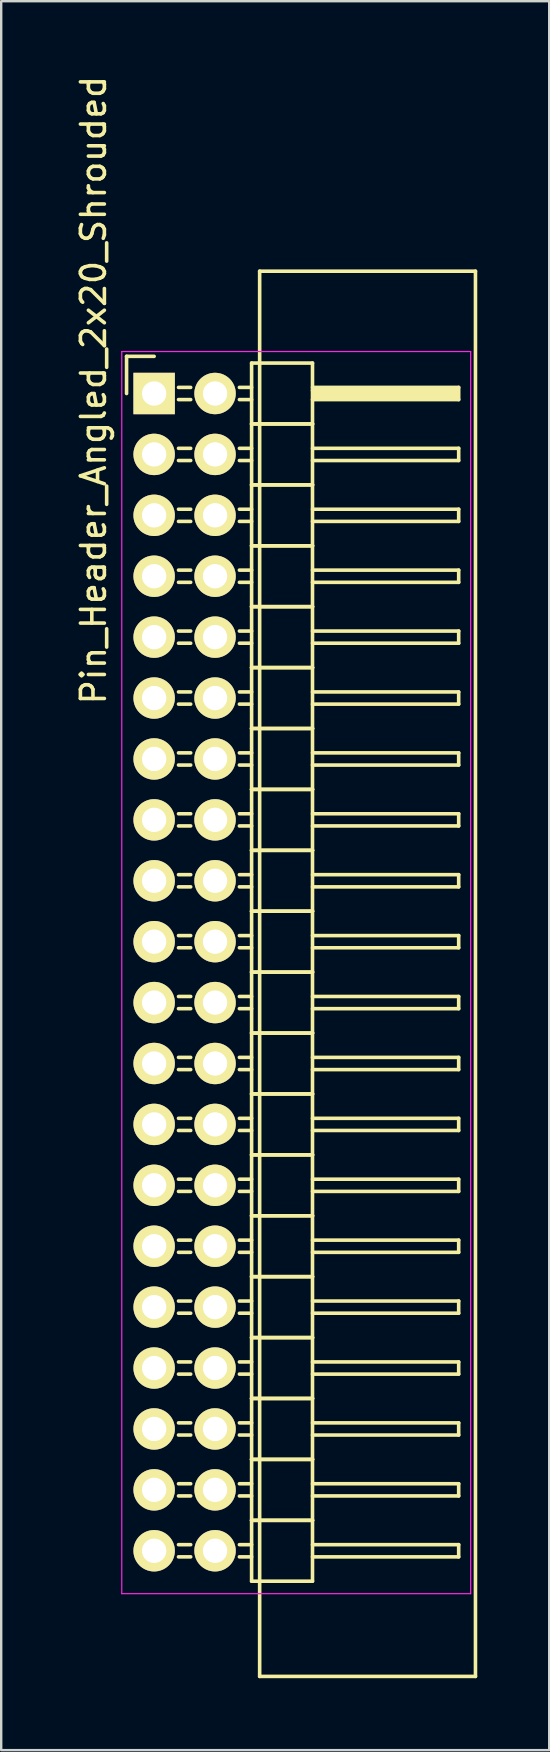
<source format=kicad_pcb>
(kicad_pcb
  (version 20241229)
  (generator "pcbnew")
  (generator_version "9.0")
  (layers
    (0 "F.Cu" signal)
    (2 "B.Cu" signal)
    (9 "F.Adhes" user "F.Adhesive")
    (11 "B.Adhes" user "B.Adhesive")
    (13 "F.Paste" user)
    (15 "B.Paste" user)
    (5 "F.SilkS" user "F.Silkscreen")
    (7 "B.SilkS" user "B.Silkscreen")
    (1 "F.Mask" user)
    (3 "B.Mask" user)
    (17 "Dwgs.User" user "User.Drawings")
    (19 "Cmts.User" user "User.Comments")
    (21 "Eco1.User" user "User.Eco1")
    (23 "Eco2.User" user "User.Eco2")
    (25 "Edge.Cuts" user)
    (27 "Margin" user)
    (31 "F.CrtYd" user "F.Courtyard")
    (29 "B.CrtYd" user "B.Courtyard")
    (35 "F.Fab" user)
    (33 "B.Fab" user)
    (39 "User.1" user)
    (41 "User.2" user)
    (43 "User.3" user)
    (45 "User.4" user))
  (footprint "Pin_Header_Angled_2x20_Shrouded"
    (layer "F.Cu")
    (at 3.378 13.36)
    (property "Reference" "Pin_Header_Angled_2x20_Shrouded" (at -2.53 -0.14 90) (layer "F.SilkS") (effects (font (size 1 1) (thickness 0.15))))
    (attr through_hole)
    (fp_line (start -1.15 -1.55) (end -1.15 0) (stroke (width 0.15) (type solid)) (layer "F.SilkS"))
    (fp_line (start 0 -1.55) (end -1.15 -1.55) (stroke (width 0.15) (type solid)) (layer "F.SilkS"))
    (fp_line (start 1.524 -0.254) (end 1.016 -0.254) (stroke (width 0.15) (type solid)) (layer "F.SilkS"))
    (fp_line (start 1.524 0.254) (end 1.016 0.254) (stroke (width 0.15) (type solid)) (layer "F.SilkS"))
    (fp_line (start 1.524 2.286) (end 1.016 2.286) (stroke (width 0.15) (type solid)) (layer "F.SilkS"))
    (fp_line (start 1.524 2.794) (end 1.016 2.794) (stroke (width 0.15) (type solid)) (layer "F.SilkS"))
    (fp_line (start 1.524 4.826) (end 1.016 4.826) (stroke (width 0.15) (type solid)) (layer "F.SilkS"))
    (fp_line (start 1.524 5.334) (end 1.016 5.334) (stroke (width 0.15) (type solid)) (layer "F.SilkS"))
    (fp_line (start 1.524 7.366) (end 1.016 7.366) (stroke (width 0.15) (type solid)) (layer "F.SilkS"))
    (fp_line (start 1.524 7.874) (end 1.016 7.874) (stroke (width 0.15) (type solid)) (layer "F.SilkS"))
    (fp_line (start 1.524 9.906) (end 1.016 9.906) (stroke (width 0.15) (type solid)) (layer "F.SilkS"))
    (fp_line (start 1.524 10.414) (end 1.016 10.414) (stroke (width 0.15) (type solid)) (layer "F.SilkS"))
    (fp_line (start 1.524 12.446) (end 1.016 12.446) (stroke (width 0.15) (type solid)) (layer "F.SilkS"))
    (fp_line (start 1.524 12.954) (end 1.016 12.954) (stroke (width 0.15) (type solid)) (layer "F.SilkS"))
    (fp_line (start 1.524 14.986) (end 1.016 14.986) (stroke (width 0.15) (type solid)) (layer "F.SilkS"))
    (fp_line (start 1.524 15.494) (end 1.016 15.494) (stroke (width 0.15) (type solid)) (layer "F.SilkS"))
    (fp_line (start 1.524 17.526) (end 1.016 17.526) (stroke (width 0.15) (type solid)) (layer "F.SilkS"))
    (fp_line (start 1.524 18.034) (end 1.016 18.034) (stroke (width 0.15) (type solid)) (layer "F.SilkS"))
    (fp_line (start 1.524 20.066) (end 1.016 20.066) (stroke (width 0.15) (type solid)) (layer "F.SilkS"))
    (fp_line (start 1.524 20.574) (end 1.016 20.574) (stroke (width 0.15) (type solid)) (layer "F.SilkS"))
    (fp_line (start 1.524 22.606) (end 1.016 22.606) (stroke (width 0.15) (type solid)) (layer "F.SilkS"))
    (fp_line (start 1.524 23.114) (end 1.016 23.114) (stroke (width 0.15) (type solid)) (layer "F.SilkS"))
    (fp_line (start 1.524 25.146) (end 1.016 25.146) (stroke (width 0.15) (type solid)) (layer "F.SilkS"))
    (fp_line (start 1.524 25.654) (end 1.016 25.654) (stroke (width 0.15) (type solid)) (layer "F.SilkS"))
    (fp_line (start 1.524 27.686) (end 1.016 27.686) (stroke (width 0.15) (type solid)) (layer "F.SilkS"))
    (fp_line (start 1.524 28.194) (end 1.016 28.194) (stroke (width 0.15) (type solid)) (layer "F.SilkS"))
    (fp_line (start 1.524 30.226) (end 1.016 30.226) (stroke (width 0.15) (type solid)) (layer "F.SilkS"))
    (fp_line (start 1.524 30.734) (end 1.016 30.734) (stroke (width 0.15) (type solid)) (layer "F.SilkS"))
    (fp_line (start 1.524 32.766) (end 1.016 32.766) (stroke (width 0.15) (type solid)) (layer "F.SilkS"))
    (fp_line (start 1.524 33.274) (end 1.016 33.274) (stroke (width 0.15) (type solid)) (layer "F.SilkS"))
    (fp_line (start 1.524 35.306) (end 1.016 35.306) (stroke (width 0.15) (type solid)) (layer "F.SilkS"))
    (fp_line (start 1.524 35.814) (end 1.016 35.814) (stroke (width 0.15) (type solid)) (layer "F.SilkS"))
    (fp_line (start 1.524 37.846) (end 1.016 37.846) (stroke (width 0.15) (type solid)) (layer "F.SilkS"))
    (fp_line (start 1.524 38.354) (end 1.016 38.354) (stroke (width 0.15) (type solid)) (layer "F.SilkS"))
    (fp_line (start 1.524 40.386) (end 1.016 40.386) (stroke (width 0.15) (type solid)) (layer "F.SilkS"))
    (fp_line (start 1.524 40.894) (end 1.016 40.894) (stroke (width 0.15) (type solid)) (layer "F.SilkS"))
    (fp_line (start 1.524 42.926) (end 1.016 42.926) (stroke (width 0.15) (type solid)) (layer "F.SilkS"))
    (fp_line (start 1.524 43.434) (end 1.016 43.434) (stroke (width 0.15) (type solid)) (layer "F.SilkS"))
    (fp_line (start 1.524 45.466) (end 1.016 45.466) (stroke (width 0.15) (type solid)) (layer "F.SilkS"))
    (fp_line (start 1.524 45.974) (end 1.016 45.974) (stroke (width 0.15) (type solid)) (layer "F.SilkS"))
    (fp_line (start 1.524 48.006) (end 1.016 48.006) (stroke (width 0.15) (type solid)) (layer "F.SilkS"))
    (fp_line (start 1.524 48.514) (end 1.016 48.514) (stroke (width 0.15) (type solid)) (layer "F.SilkS"))
    (fp_line (start 4.064 -1.27) (end 4.064 1.27) (stroke (width 0.15) (type solid)) (layer "F.SilkS"))
    (fp_line (start 4.064 -1.27) (end 6.604 -1.27) (stroke (width 0.15) (type solid)) (layer "F.SilkS"))
    (fp_line (start 4.064 -0.254) (end 3.556 -0.254) (stroke (width 0.15) (type solid)) (layer "F.SilkS"))
    (fp_line (start 4.064 0.254) (end 3.556 0.254) (stroke (width 0.15) (type solid)) (layer "F.SilkS"))
    (fp_line (start 4.064 1.27) (end 4.064 3.81) (stroke (width 0.15) (type solid)) (layer "F.SilkS"))
    (fp_line (start 4.064 1.27) (end 6.604 1.27) (stroke (width 0.15) (type solid)) (layer "F.SilkS"))
    (fp_line (start 4.064 1.27) (end 6.604 1.27) (stroke (width 0.15) (type solid)) (layer "F.SilkS"))
    (fp_line (start 4.064 2.286) (end 3.556 2.286) (stroke (width 0.15) (type solid)) (layer "F.SilkS"))
    (fp_line (start 4.064 2.794) (end 3.556 2.794) (stroke (width 0.15) (type solid)) (layer "F.SilkS"))
    (fp_line (start 4.064 3.81) (end 4.064 6.35) (stroke (width 0.15) (type solid)) (layer "F.SilkS"))
    (fp_line (start 4.064 3.81) (end 6.604 3.81) (stroke (width 0.15) (type solid)) (layer "F.SilkS"))
    (fp_line (start 4.064 3.81) (end 6.604 3.81) (stroke (width 0.15) (type solid)) (layer "F.SilkS"))
    (fp_line (start 4.064 4.826) (end 3.556 4.826) (stroke (width 0.15) (type solid)) (layer "F.SilkS"))
    (fp_line (start 4.064 5.334) (end 3.556 5.334) (stroke (width 0.15) (type solid)) (layer "F.SilkS"))
    (fp_line (start 4.064 6.35) (end 4.064 8.89) (stroke (width 0.15) (type solid)) (layer "F.SilkS"))
    (fp_line (start 4.064 6.35) (end 6.604 6.35) (stroke (width 0.15) (type solid)) (layer "F.SilkS"))
    (fp_line (start 4.064 6.35) (end 6.604 6.35) (stroke (width 0.15) (type solid)) (layer "F.SilkS"))
    (fp_line (start 4.064 7.366) (end 3.556 7.366) (stroke (width 0.15) (type solid)) (layer "F.SilkS"))
    (fp_line (start 4.064 7.874) (end 3.556 7.874) (stroke (width 0.15) (type solid)) (layer "F.SilkS"))
    (fp_line (start 4.064 8.89) (end 4.064 11.43) (stroke (width 0.15) (type solid)) (layer "F.SilkS"))
    (fp_line (start 4.064 8.89) (end 6.604 8.89) (stroke (width 0.15) (type solid)) (layer "F.SilkS"))
    (fp_line (start 4.064 8.89) (end 6.604 8.89) (stroke (width 0.15) (type solid)) (layer "F.SilkS"))
    (fp_line (start 4.064 9.906) (end 3.556 9.906) (stroke (width 0.15) (type solid)) (layer "F.SilkS"))
    (fp_line (start 4.064 10.414) (end 3.556 10.414) (stroke (width 0.15) (type solid)) (layer "F.SilkS"))
    (fp_line (start 4.064 11.43) (end 4.064 13.97) (stroke (width 0.15) (type solid)) (layer "F.SilkS"))
    (fp_line (start 4.064 11.43) (end 6.604 11.43) (stroke (width 0.15) (type solid)) (layer "F.SilkS"))
    (fp_line (start 4.064 11.43) (end 6.604 11.43) (stroke (width 0.15) (type solid)) (layer "F.SilkS"))
    (fp_line (start 4.064 12.446) (end 3.556 12.446) (stroke (width 0.15) (type solid)) (layer "F.SilkS"))
    (fp_line (start 4.064 12.954) (end 3.556 12.954) (stroke (width 0.15) (type solid)) (layer "F.SilkS"))
    (fp_line (start 4.064 13.97) (end 4.064 16.51) (stroke (width 0.15) (type solid)) (layer "F.SilkS"))
    (fp_line (start 4.064 13.97) (end 6.604 13.97) (stroke (width 0.15) (type solid)) (layer "F.SilkS"))
    (fp_line (start 4.064 13.97) (end 6.604 13.97) (stroke (width 0.15) (type solid)) (layer "F.SilkS"))
    (fp_line (start 4.064 14.986) (end 3.556 14.986) (stroke (width 0.15) (type solid)) (layer "F.SilkS"))
    (fp_line (start 4.064 15.494) (end 3.556 15.494) (stroke (width 0.15) (type solid)) (layer "F.SilkS"))
    (fp_line (start 4.064 16.51) (end 4.064 19.05) (stroke (width 0.15) (type solid)) (layer "F.SilkS"))
    (fp_line (start 4.064 16.51) (end 6.604 16.51) (stroke (width 0.15) (type solid)) (layer "F.SilkS"))
    (fp_line (start 4.064 16.51) (end 6.604 16.51) (stroke (width 0.15) (type solid)) (layer "F.SilkS"))
    (fp_line (start 4.064 17.526) (end 3.556 17.526) (stroke (width 0.15) (type solid)) (layer "F.SilkS"))
    (fp_line (start 4.064 18.034) (end 3.556 18.034) (stroke (width 0.15) (type solid)) (layer "F.SilkS"))
    (fp_line (start 4.064 19.05) (end 4.064 21.59) (stroke (width 0.15) (type solid)) (layer "F.SilkS"))
    (fp_line (start 4.064 19.05) (end 6.604 19.05) (stroke (width 0.15) (type solid)) (layer "F.SilkS"))
    (fp_line (start 4.064 19.05) (end 6.604 19.05) (stroke (width 0.15) (type solid)) (layer "F.SilkS"))
    (fp_line (start 4.064 20.066) (end 3.556 20.066) (stroke (width 0.15) (type solid)) (layer "F.SilkS"))
    (fp_line (start 4.064 20.574) (end 3.556 20.574) (stroke (width 0.15) (type solid)) (layer "F.SilkS"))
    (fp_line (start 4.064 21.59) (end 4.064 24.13) (stroke (width 0.15) (type solid)) (layer "F.SilkS"))
    (fp_line (start 4.064 21.59) (end 6.604 21.59) (stroke (width 0.15) (type solid)) (layer "F.SilkS"))
    (fp_line (start 4.064 21.59) (end 6.604 21.59) (stroke (width 0.15) (type solid)) (layer "F.SilkS"))
    (fp_line (start 4.064 22.606) (end 3.556 22.606) (stroke (width 0.15) (type solid)) (layer "F.SilkS"))
    (fp_line (start 4.064 23.114) (end 3.556 23.114) (stroke (width 0.15) (type solid)) (layer "F.SilkS"))
    (fp_line (start 4.064 24.13) (end 4.064 26.67) (stroke (width 0.15) (type solid)) (layer "F.SilkS"))
    (fp_line (start 4.064 24.13) (end 6.604 24.13) (stroke (width 0.15) (type solid)) (layer "F.SilkS"))
    (fp_line (start 4.064 24.13) (end 6.604 24.13) (stroke (width 0.15) (type solid)) (layer "F.SilkS"))
    (fp_line (start 4.064 25.146) (end 3.556 25.146) (stroke (width 0.15) (type solid)) (layer "F.SilkS"))
    (fp_line (start 4.064 25.654) (end 3.556 25.654) (stroke (width 0.15) (type solid)) (layer "F.SilkS"))
    (fp_line (start 4.064 26.67) (end 4.064 29.21) (stroke (width 0.15) (type solid)) (layer "F.SilkS"))
    (fp_line (start 4.064 26.67) (end 6.604 26.67) (stroke (width 0.15) (type solid)) (layer "F.SilkS"))
    (fp_line (start 4.064 26.67) (end 6.604 26.67) (stroke (width 0.15) (type solid)) (layer "F.SilkS"))
    (fp_line (start 4.064 27.686) (end 3.556 27.686) (stroke (width 0.15) (type solid)) (layer "F.SilkS"))
    (fp_line (start 4.064 28.194) (end 3.556 28.194) (stroke (width 0.15) (type solid)) (layer "F.SilkS"))
    (fp_line (start 4.064 29.21) (end 4.064 31.75) (stroke (width 0.15) (type solid)) (layer "F.SilkS"))
    (fp_line (start 4.064 29.21) (end 6.604 29.21) (stroke (width 0.15) (type solid)) (layer "F.SilkS"))
    (fp_line (start 4.064 29.21) (end 6.604 29.21) (stroke (width 0.15) (type solid)) (layer "F.SilkS"))
    (fp_line (start 4.064 30.226) (end 3.556 30.226) (stroke (width 0.15) (type solid)) (layer "F.SilkS"))
    (fp_line (start 4.064 30.734) (end 3.556 30.734) (stroke (width 0.15) (type solid)) (layer "F.SilkS"))
    (fp_line (start 4.064 31.75) (end 4.064 34.29) (stroke (width 0.15) (type solid)) (layer "F.SilkS"))
    (fp_line (start 4.064 31.75) (end 6.604 31.75) (stroke (width 0.15) (type solid)) (layer "F.SilkS"))
    (fp_line (start 4.064 31.75) (end 6.604 31.75) (stroke (width 0.15) (type solid)) (layer "F.SilkS"))
    (fp_line (start 4.064 32.766) (end 3.556 32.766) (stroke (width 0.15) (type solid)) (layer "F.SilkS"))
    (fp_line (start 4.064 33.274) (end 3.556 33.274) (stroke (width 0.15) (type solid)) (layer "F.SilkS"))
    (fp_line (start 4.064 34.29) (end 4.064 36.83) (stroke (width 0.15) (type solid)) (layer "F.SilkS"))
    (fp_line (start 4.064 34.29) (end 6.604 34.29) (stroke (width 0.15) (type solid)) (layer "F.SilkS"))
    (fp_line (start 4.064 34.29) (end 6.604 34.29) (stroke (width 0.15) (type solid)) (layer "F.SilkS"))
    (fp_line (start 4.064 35.306) (end 3.556 35.306) (stroke (width 0.15) (type solid)) (layer "F.SilkS"))
    (fp_line (start 4.064 35.814) (end 3.556 35.814) (stroke (width 0.15) (type solid)) (layer "F.SilkS"))
    (fp_line (start 4.064 36.83) (end 4.064 39.37) (stroke (width 0.15) (type solid)) (layer "F.SilkS"))
    (fp_line (start 4.064 36.83) (end 6.604 36.83) (stroke (width 0.15) (type solid)) (layer "F.SilkS"))
    (fp_line (start 4.064 36.83) (end 6.604 36.83) (stroke (width 0.15) (type solid)) (layer "F.SilkS"))
    (fp_line (start 4.064 37.846) (end 3.556 37.846) (stroke (width 0.15) (type solid)) (layer "F.SilkS"))
    (fp_line (start 4.064 38.354) (end 3.556 38.354) (stroke (width 0.15) (type solid)) (layer "F.SilkS"))
    (fp_line (start 4.064 39.37) (end 4.064 41.91) (stroke (width 0.15) (type solid)) (layer "F.SilkS"))
    (fp_line (start 4.064 39.37) (end 6.604 39.37) (stroke (width 0.15) (type solid)) (layer "F.SilkS"))
    (fp_line (start 4.064 39.37) (end 6.604 39.37) (stroke (width 0.15) (type solid)) (layer "F.SilkS"))
    (fp_line (start 4.064 40.386) (end 3.556 40.386) (stroke (width 0.15) (type solid)) (layer "F.SilkS"))
    (fp_line (start 4.064 40.894) (end 3.556 40.894) (stroke (width 0.15) (type solid)) (layer "F.SilkS"))
    (fp_line (start 4.064 41.91) (end 4.064 44.45) (stroke (width 0.15) (type solid)) (layer "F.SilkS"))
    (fp_line (start 4.064 41.91) (end 6.604 41.91) (stroke (width 0.15) (type solid)) (layer "F.SilkS"))
    (fp_line (start 4.064 41.91) (end 6.604 41.91) (stroke (width 0.15) (type solid)) (layer "F.SilkS"))
    (fp_line (start 4.064 42.926) (end 3.556 42.926) (stroke (width 0.15) (type solid)) (layer "F.SilkS"))
    (fp_line (start 4.064 43.434) (end 3.556 43.434) (stroke (width 0.15) (type solid)) (layer "F.SilkS"))
    (fp_line (start 4.064 44.45) (end 4.064 46.99) (stroke (width 0.15) (type solid)) (layer "F.SilkS"))
    (fp_line (start 4.064 44.45) (end 6.604 44.45) (stroke (width 0.15) (type solid)) (layer "F.SilkS"))
    (fp_line (start 4.064 44.45) (end 6.604 44.45) (stroke (width 0.15) (type solid)) (layer "F.SilkS"))
    (fp_line (start 4.064 45.466) (end 3.556 45.466) (stroke (width 0.15) (type solid)) (layer "F.SilkS"))
    (fp_line (start 4.064 45.974) (end 3.556 45.974) (stroke (width 0.15) (type solid)) (layer "F.SilkS"))
    (fp_line (start 4.064 46.99) (end 4.064 49.53) (stroke (width 0.15) (type solid)) (layer "F.SilkS"))
    (fp_line (start 4.064 46.99) (end 6.604 46.99) (stroke (width 0.15) (type solid)) (layer "F.SilkS"))
    (fp_line (start 4.064 46.99) (end 6.604 46.99) (stroke (width 0.15) (type solid)) (layer "F.SilkS"))
    (fp_line (start 4.064 48.006) (end 3.556 48.006) (stroke (width 0.15) (type solid)) (layer "F.SilkS"))
    (fp_line (start 4.064 48.514) (end 3.556 48.514) (stroke (width 0.15) (type solid)) (layer "F.SilkS"))
    (fp_line (start 4.064 49.53) (end 6.604 49.53) (stroke (width 0.15) (type solid)) (layer "F.SilkS"))
    (fp_line (start 4.4 -5.1) (end 13.4 -5.1) (stroke (width 0.15) (type solid)) (layer "F.SilkS"))
    (fp_line (start 4.4 53.5) (end 4.4 -5.1) (stroke (width 0.15) (type solid)) (layer "F.SilkS"))
    (fp_line (start 6.604 -0.254) (end 12.7 -0.254) (stroke (width 0.15) (type solid)) (layer "F.SilkS"))
    (fp_line (start 6.604 -0.127) (end 12.573 -0.127) (stroke (width 0.15) (type solid)) (layer "F.SilkS"))
    (fp_line (start 6.604 1.27) (end 6.604 -1.27) (stroke (width 0.15) (type solid)) (layer "F.SilkS"))
    (fp_line (start 6.604 2.286) (end 12.7 2.286) (stroke (width 0.15) (type solid)) (layer "F.SilkS"))
    (fp_line (start 6.604 3.81) (end 6.604 1.27) (stroke (width 0.15) (type solid)) (layer "F.SilkS"))
    (fp_line (start 6.604 4.826) (end 12.7 4.826) (stroke (width 0.15) (type solid)) (layer "F.SilkS"))
    (fp_line (start 6.604 6.35) (end 6.604 3.81) (stroke (width 0.15) (type solid)) (layer "F.SilkS"))
    (fp_line (start 6.604 7.366) (end 12.7 7.366) (stroke (width 0.15) (type solid)) (layer "F.SilkS"))
    (fp_line (start 6.604 8.89) (end 6.604 6.35) (stroke (width 0.15) (type solid)) (layer "F.SilkS"))
    (fp_line (start 6.604 9.906) (end 12.7 9.906) (stroke (width 0.15) (type solid)) (layer "F.SilkS"))
    (fp_line (start 6.604 11.43) (end 6.604 8.89) (stroke (width 0.15) (type solid)) (layer "F.SilkS"))
    (fp_line (start 6.604 12.446) (end 12.7 12.446) (stroke (width 0.15) (type solid)) (layer "F.SilkS"))
    (fp_line (start 6.604 13.97) (end 6.604 11.43) (stroke (width 0.15) (type solid)) (layer "F.SilkS"))
    (fp_line (start 6.604 14.986) (end 12.7 14.986) (stroke (width 0.15) (type solid)) (layer "F.SilkS"))
    (fp_line (start 6.604 16.51) (end 6.604 13.97) (stroke (width 0.15) (type solid)) (layer "F.SilkS"))
    (fp_line (start 6.604 17.526) (end 12.7 17.526) (stroke (width 0.15) (type solid)) (layer "F.SilkS"))
    (fp_line (start 6.604 19.05) (end 6.604 16.51) (stroke (width 0.15) (type solid)) (layer "F.SilkS"))
    (fp_line (start 6.604 20.066) (end 12.7 20.066) (stroke (width 0.15) (type solid)) (layer "F.SilkS"))
    (fp_line (start 6.604 21.59) (end 6.604 19.05) (stroke (width 0.15) (type solid)) (layer "F.SilkS"))
    (fp_line (start 6.604 22.606) (end 12.7 22.606) (stroke (width 0.15) (type solid)) (layer "F.SilkS"))
    (fp_line (start 6.604 24.13) (end 6.604 21.59) (stroke (width 0.15) (type solid)) (layer "F.SilkS"))
    (fp_line (start 6.604 25.146) (end 12.7 25.146) (stroke (width 0.15) (type solid)) (layer "F.SilkS"))
    (fp_line (start 6.604 26.67) (end 6.604 24.13) (stroke (width 0.15) (type solid)) (layer "F.SilkS"))
    (fp_line (start 6.604 27.686) (end 12.7 27.686) (stroke (width 0.15) (type solid)) (layer "F.SilkS"))
    (fp_line (start 6.604 29.21) (end 6.604 26.67) (stroke (width 0.15) (type solid)) (layer "F.SilkS"))
    (fp_line (start 6.604 30.226) (end 12.7 30.226) (stroke (width 0.15) (type solid)) (layer "F.SilkS"))
    (fp_line (start 6.604 31.75) (end 6.604 29.21) (stroke (width 0.15) (type solid)) (layer "F.SilkS"))
    (fp_line (start 6.604 32.766) (end 12.7 32.766) (stroke (width 0.15) (type solid)) (layer "F.SilkS"))
    (fp_line (start 6.604 34.29) (end 6.604 31.75) (stroke (width 0.15) (type solid)) (layer "F.SilkS"))
    (fp_line (start 6.604 35.306) (end 12.7 35.306) (stroke (width 0.15) (type solid)) (layer "F.SilkS"))
    (fp_line (start 6.604 36.83) (end 6.604 34.29) (stroke (width 0.15) (type solid)) (layer "F.SilkS"))
    (fp_line (start 6.604 37.846) (end 12.7 37.846) (stroke (width 0.15) (type solid)) (layer "F.SilkS"))
    (fp_line (start 6.604 39.37) (end 6.604 36.83) (stroke (width 0.15) (type solid)) (layer "F.SilkS"))
    (fp_line (start 6.604 40.386) (end 12.7 40.386) (stroke (width 0.15) (type solid)) (layer "F.SilkS"))
    (fp_line (start 6.604 41.91) (end 6.604 39.37) (stroke (width 0.15) (type solid)) (layer "F.SilkS"))
    (fp_line (start 6.604 42.926) (end 12.7 42.926) (stroke (width 0.15) (type solid)) (layer "F.SilkS"))
    (fp_line (start 6.604 44.45) (end 6.604 41.91) (stroke (width 0.15) (type solid)) (layer "F.SilkS"))
    (fp_line (start 6.604 45.466) (end 12.7 45.466) (stroke (width 0.15) (type solid)) (layer "F.SilkS"))
    (fp_line (start 6.604 46.99) (end 6.604 44.45) (stroke (width 0.15) (type solid)) (layer "F.SilkS"))
    (fp_line (start 6.604 48.006) (end 12.7 48.006) (stroke (width 0.15) (type solid)) (layer "F.SilkS"))
    (fp_line (start 6.604 49.53) (end 6.604 46.99) (stroke (width 0.15) (type solid)) (layer "F.SilkS"))
    (fp_line (start 6.731 0) (end 12.573 0) (stroke (width 0.15) (type solid)) (layer "F.SilkS"))
    (fp_line (start 6.731 0.127) (end 6.731 0) (stroke (width 0.15) (type solid)) (layer "F.SilkS"))
    (fp_line (start 12.573 -0.127) (end 12.573 0.127) (stroke (width 0.15) (type solid)) (layer "F.SilkS"))
    (fp_line (start 12.573 0.127) (end 6.731 0.127) (stroke (width 0.15) (type solid)) (layer "F.SilkS"))
    (fp_line (start 12.7 -0.254) (end 12.7 0.254) (stroke (width 0.15) (type solid)) (layer "F.SilkS"))
    (fp_line (start 12.7 0.254) (end 6.604 0.254) (stroke (width 0.15) (type solid)) (layer "F.SilkS"))
    (fp_line (start 12.7 2.286) (end 12.7 2.794) (stroke (width 0.15) (type solid)) (layer "F.SilkS"))
    (fp_line (start 12.7 2.794) (end 6.604 2.794) (stroke (width 0.15) (type solid)) (layer "F.SilkS"))
    (fp_line (start 12.7 4.826) (end 12.7 5.334) (stroke (width 0.15) (type solid)) (layer "F.SilkS"))
    (fp_line (start 12.7 5.334) (end 6.604 5.334) (stroke (width 0.15) (type solid)) (layer "F.SilkS"))
    (fp_line (start 12.7 7.366) (end 12.7 7.874) (stroke (width 0.15) (type solid)) (layer "F.SilkS"))
    (fp_line (start 12.7 7.874) (end 6.604 7.874) (stroke (width 0.15) (type solid)) (layer "F.SilkS"))
    (fp_line (start 12.7 9.906) (end 12.7 10.414) (stroke (width 0.15) (type solid)) (layer "F.SilkS"))
    (fp_line (start 12.7 10.414) (end 6.604 10.414) (stroke (width 0.15) (type solid)) (layer "F.SilkS"))
    (fp_line (start 12.7 12.446) (end 12.7 12.954) (stroke (width 0.15) (type solid)) (layer "F.SilkS"))
    (fp_line (start 12.7 12.954) (end 6.604 12.954) (stroke (width 0.15) (type solid)) (layer "F.SilkS"))
    (fp_line (start 12.7 14.986) (end 12.7 15.494) (stroke (width 0.15) (type solid)) (layer "F.SilkS"))
    (fp_line (start 12.7 15.494) (end 6.604 15.494) (stroke (width 0.15) (type solid)) (layer "F.SilkS"))
    (fp_line (start 12.7 17.526) (end 12.7 18.034) (stroke (width 0.15) (type solid)) (layer "F.SilkS"))
    (fp_line (start 12.7 18.034) (end 6.604 18.034) (stroke (width 0.15) (type solid)) (layer "F.SilkS"))
    (fp_line (start 12.7 20.066) (end 12.7 20.574) (stroke (width 0.15) (type solid)) (layer "F.SilkS"))
    (fp_line (start 12.7 20.574) (end 6.604 20.574) (stroke (width 0.15) (type solid)) (layer "F.SilkS"))
    (fp_line (start 12.7 22.606) (end 12.7 23.114) (stroke (width 0.15) (type solid)) (layer "F.SilkS"))
    (fp_line (start 12.7 23.114) (end 6.604 23.114) (stroke (width 0.15) (type solid)) (layer "F.SilkS"))
    (fp_line (start 12.7 25.146) (end 12.7 25.654) (stroke (width 0.15) (type solid)) (layer "F.SilkS"))
    (fp_line (start 12.7 25.654) (end 6.604 25.654) (stroke (width 0.15) (type solid)) (layer "F.SilkS"))
    (fp_line (start 12.7 27.686) (end 12.7 28.194) (stroke (width 0.15) (type solid)) (layer "F.SilkS"))
    (fp_line (start 12.7 28.194) (end 6.604 28.194) (stroke (width 0.15) (type solid)) (layer "F.SilkS"))
    (fp_line (start 12.7 30.226) (end 12.7 30.734) (stroke (width 0.15) (type solid)) (layer "F.SilkS"))
    (fp_line (start 12.7 30.734) (end 6.604 30.734) (stroke (width 0.15) (type solid)) (layer "F.SilkS"))
    (fp_line (start 12.7 32.766) (end 12.7 33.274) (stroke (width 0.15) (type solid)) (layer "F.SilkS"))
    (fp_line (start 12.7 33.274) (end 6.604 33.274) (stroke (width 0.15) (type solid)) (layer "F.SilkS"))
    (fp_line (start 12.7 35.306) (end 12.7 35.814) (stroke (width 0.15) (type solid)) (layer "F.SilkS"))
    (fp_line (start 12.7 35.814) (end 6.604 35.814) (stroke (width 0.15) (type solid)) (layer "F.SilkS"))
    (fp_line (start 12.7 37.846) (end 12.7 38.354) (stroke (width 0.15) (type solid)) (layer "F.SilkS"))
    (fp_line (start 12.7 38.354) (end 6.604 38.354) (stroke (width 0.15) (type solid)) (layer "F.SilkS"))
    (fp_line (start 12.7 40.386) (end 12.7 40.894) (stroke (width 0.15) (type solid)) (layer "F.SilkS"))
    (fp_line (start 12.7 40.894) (end 6.604 40.894) (stroke (width 0.15) (type solid)) (layer "F.SilkS"))
    (fp_line (start 12.7 42.926) (end 12.7 43.434) (stroke (width 0.15) (type solid)) (layer "F.SilkS"))
    (fp_line (start 12.7 43.434) (end 6.604 43.434) (stroke (width 0.15) (type solid)) (layer "F.SilkS"))
    (fp_line (start 12.7 45.466) (end 12.7 45.974) (stroke (width 0.15) (type solid)) (layer "F.SilkS"))
    (fp_line (start 12.7 45.974) (end 6.604 45.974) (stroke (width 0.15) (type solid)) (layer "F.SilkS"))
    (fp_line (start 12.7 48.006) (end 12.7 48.514) (stroke (width 0.15) (type solid)) (layer "F.SilkS"))
    (fp_line (start 12.7 48.514) (end 6.604 48.514) (stroke (width 0.15) (type solid)) (layer "F.SilkS"))
    (fp_line (start 13.4 -5.1) (end 13.4 53.5) (stroke (width 0.15) (type solid)) (layer "F.SilkS"))
    (fp_line (start 13.4 53.5) (end 4.4 53.5) (stroke (width 0.15) (type solid)) (layer "F.SilkS"))
    (fp_line (start -1.35 -1.75) (end -1.35 50.05) (stroke (width 0.05) (type solid)) (layer "F.CrtYd"))
    (fp_line (start -1.35 -1.75) (end 13.2 -1.75) (stroke (width 0.05) (type solid)) (layer "F.CrtYd"))
    (fp_line (start -1.35 50.05) (end 13.2 50.05) (stroke (width 0.05) (type solid)) (layer "F.CrtYd"))
    (fp_line (start 13.2 -1.75) (end 13.2 50.05) (stroke (width 0.05) (type solid)) (layer "F.CrtYd"))
    (pad "1" thru_hole rect (at 0 0) (size 1.727 1.727) (drill 1.016) (layers "*.Cu" "*.Mask" "F.SilkS"))
    (pad "2" thru_hole oval (at 2.54 0) (size 1.727 1.727) (drill 1.016) (layers "*.Cu" "*.Mask" "F.SilkS"))
    (pad "3" thru_hole oval (at 0 2.54) (size 1.727 1.727) (drill 1.016) (layers "*.Cu" "*.Mask" "F.SilkS"))
    (pad "4" thru_hole oval (at 2.54 2.54) (size 1.727 1.727) (drill 1.016) (layers "*.Cu" "*.Mask" "F.SilkS"))
    (pad "5" thru_hole oval (at 0 5.08) (size 1.727 1.727) (drill 1.016) (layers "*.Cu" "*.Mask" "F.SilkS"))
    (pad "6" thru_hole oval (at 2.54 5.08) (size 1.727 1.727) (drill 1.016) (layers "*.Cu" "*.Mask" "F.SilkS"))
    (pad "7" thru_hole oval (at 0 7.62) (size 1.727 1.727) (drill 1.016) (layers "*.Cu" "*.Mask" "F.SilkS"))
    (pad "8" thru_hole oval (at 2.54 7.62) (size 1.727 1.727) (drill 1.016) (layers "*.Cu" "*.Mask" "F.SilkS"))
    (pad "9" thru_hole oval (at 0 10.16) (size 1.727 1.727) (drill 1.016) (layers "*.Cu" "*.Mask" "F.SilkS"))
    (pad "10" thru_hole oval (at 2.54 10.16) (size 1.727 1.727) (drill 1.016) (layers "*.Cu" "*.Mask" "F.SilkS"))
    (pad "11" thru_hole oval (at 0 12.7) (size 1.727 1.727) (drill 1.016) (layers "*.Cu" "*.Mask" "F.SilkS"))
    (pad "12" thru_hole oval (at 2.54 12.7) (size 1.727 1.727) (drill 1.016) (layers "*.Cu" "*.Mask" "F.SilkS"))
    (pad "13" thru_hole oval (at 0 15.24) (size 1.727 1.727) (drill 1.016) (layers "*.Cu" "*.Mask" "F.SilkS"))
    (pad "14" thru_hole oval (at 2.54 15.24) (size 1.727 1.727) (drill 1.016) (layers "*.Cu" "*.Mask" "F.SilkS"))
    (pad "15" thru_hole oval (at 0 17.78) (size 1.727 1.727) (drill 1.016) (layers "*.Cu" "*.Mask" "F.SilkS"))
    (pad "16" thru_hole oval (at 2.54 17.78) (size 1.727 1.727) (drill 1.016) (layers "*.Cu" "*.Mask" "F.SilkS"))
    (pad "17" thru_hole oval (at 0 20.32) (size 1.727 1.727) (drill 1.016) (layers "*.Cu" "*.Mask" "F.SilkS"))
    (pad "18" thru_hole oval (at 2.54 20.32) (size 1.727 1.727) (drill 1.016) (layers "*.Cu" "*.Mask" "F.SilkS"))
    (pad "19" thru_hole oval (at 0 22.86) (size 1.727 1.727) (drill 1.016) (layers "*.Cu" "*.Mask" "F.SilkS"))
    (pad "20" thru_hole oval (at 2.54 22.86) (size 1.727 1.727) (drill 1.016) (layers "*.Cu" "*.Mask" "F.SilkS"))
    (pad "21" thru_hole oval (at 0 25.4) (size 1.727 1.727) (drill 1.016) (layers "*.Cu" "*.Mask" "F.SilkS"))
    (pad "22" thru_hole oval (at 2.54 25.4) (size 1.727 1.727) (drill 1.016) (layers "*.Cu" "*.Mask" "F.SilkS"))
    (pad "23" thru_hole oval (at 0 27.94) (size 1.727 1.727) (drill 1.016) (layers "*.Cu" "*.Mask" "F.SilkS"))
    (pad "24" thru_hole oval (at 2.54 27.94) (size 1.727 1.727) (drill 1.016) (layers "*.Cu" "*.Mask" "F.SilkS"))
    (pad "25" thru_hole oval (at 0 30.48) (size 1.727 1.727) (drill 1.016) (layers "*.Cu" "*.Mask" "F.SilkS"))
    (pad "26" thru_hole oval (at 2.54 30.48) (size 1.727 1.727) (drill 1.016) (layers "*.Cu" "*.Mask" "F.SilkS"))
    (pad "27" thru_hole oval (at 0 33.02) (size 1.727 1.727) (drill 1.016) (layers "*.Cu" "*.Mask" "F.SilkS"))
    (pad "28" thru_hole oval (at 2.54 33.02) (size 1.727 1.727) (drill 1.016) (layers "*.Cu" "*.Mask" "F.SilkS"))
    (pad "29" thru_hole oval (at 0 35.56) (size 1.727 1.727) (drill 1.016) (layers "*.Cu" "*.Mask" "F.SilkS"))
    (pad "30" thru_hole oval (at 2.54 35.56) (size 1.727 1.727) (drill 1.016) (layers "*.Cu" "*.Mask" "F.SilkS"))
    (pad "31" thru_hole oval (at 0 38.1) (size 1.727 1.727) (drill 1.016) (layers "*.Cu" "*.Mask" "F.SilkS"))
    (pad "32" thru_hole oval (at 2.54 38.1) (size 1.727 1.727) (drill 1.016) (layers "*.Cu" "*.Mask" "F.SilkS"))
    (pad "33" thru_hole oval (at 0 40.64) (size 1.727 1.727) (drill 1.016) (layers "*.Cu" "*.Mask" "F.SilkS"))
    (pad "34" thru_hole oval (at 2.54 40.64) (size 1.727 1.727) (drill 1.016) (layers "*.Cu" "*.Mask" "F.SilkS"))
    (pad "35" thru_hole oval (at 0 43.18) (size 1.727 1.727) (drill 1.016) (layers "*.Cu" "*.Mask" "F.SilkS"))
    (pad "36" thru_hole oval (at 2.54 43.18) (size 1.727 1.727) (drill 1.016) (layers "*.Cu" "*.Mask" "F.SilkS"))
    (pad "37" thru_hole oval (at 0 45.72) (size 1.727 1.727) (drill 1.016) (layers "*.Cu" "*.Mask" "F.SilkS"))
    (pad "38" thru_hole oval (at 2.54 45.72) (size 1.727 1.727) (drill 1.016) (layers "*.Cu" "*.Mask" "F.SilkS"))
    (pad "39" thru_hole oval (at 0 48.26) (size 1.727 1.727) (drill 1.016) (layers "*.Cu" "*.Mask" "F.SilkS"))
    (pad "40" thru_hole oval (at 2.54 48.26) (size 1.727 1.727) (drill 1.016) (layers "*.Cu" "*.Mask" "F.SilkS")))
  (gr_rect
    (start -3 -3)
    (end 19.853 69.935)
    (stroke (width 0.1) (type default))
    (fill no)
    (layer "Edge.Cuts")))
</source>
